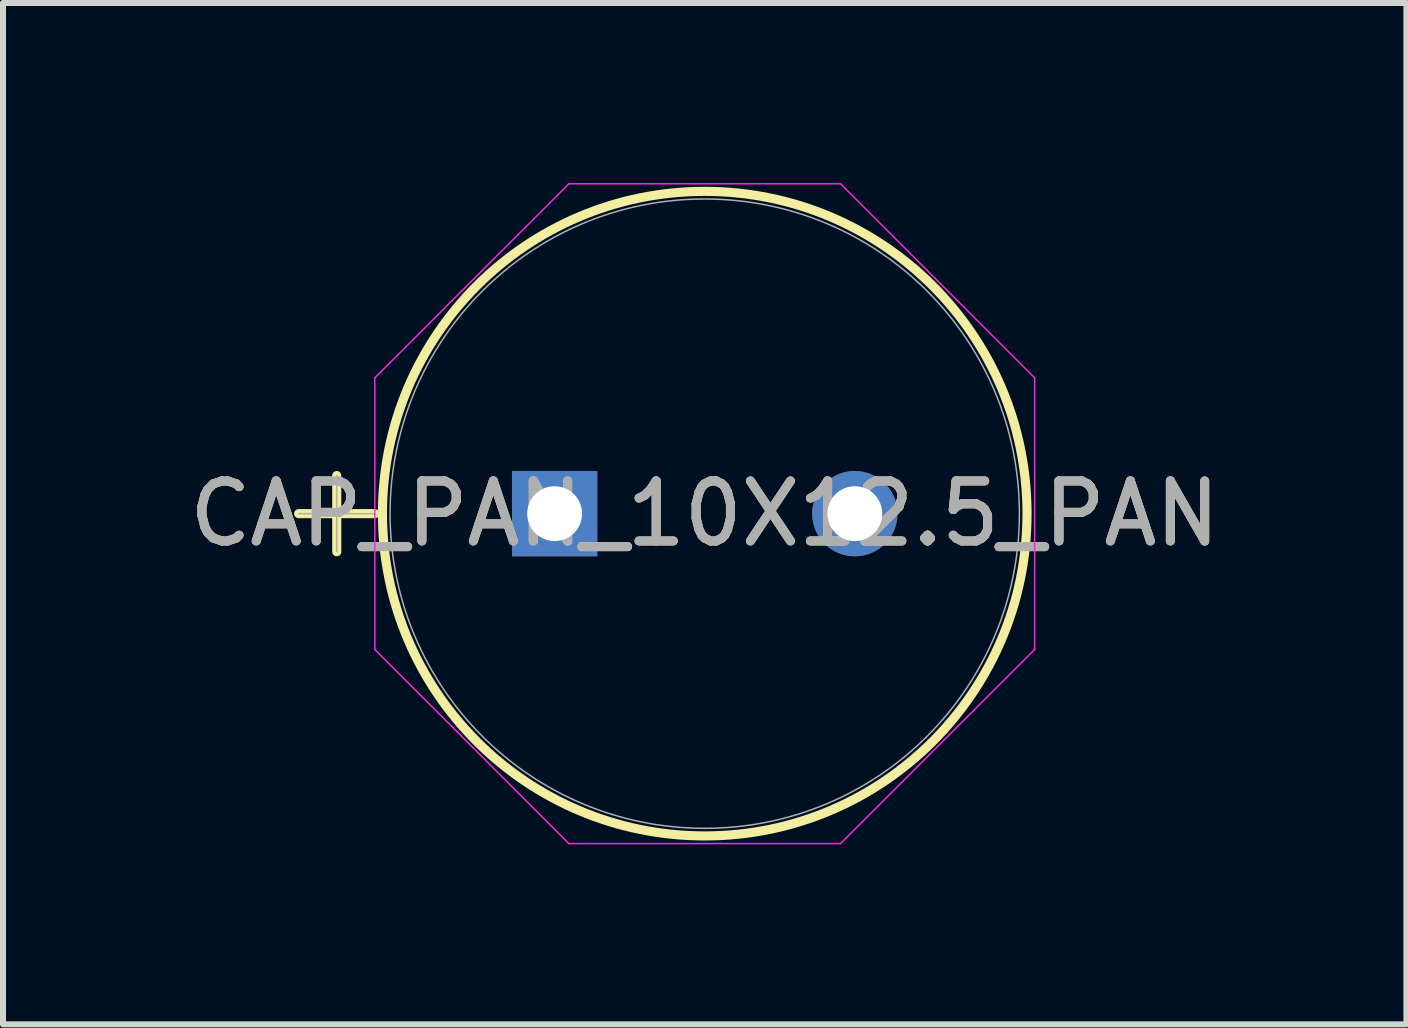
<source format=kicad_pcb>
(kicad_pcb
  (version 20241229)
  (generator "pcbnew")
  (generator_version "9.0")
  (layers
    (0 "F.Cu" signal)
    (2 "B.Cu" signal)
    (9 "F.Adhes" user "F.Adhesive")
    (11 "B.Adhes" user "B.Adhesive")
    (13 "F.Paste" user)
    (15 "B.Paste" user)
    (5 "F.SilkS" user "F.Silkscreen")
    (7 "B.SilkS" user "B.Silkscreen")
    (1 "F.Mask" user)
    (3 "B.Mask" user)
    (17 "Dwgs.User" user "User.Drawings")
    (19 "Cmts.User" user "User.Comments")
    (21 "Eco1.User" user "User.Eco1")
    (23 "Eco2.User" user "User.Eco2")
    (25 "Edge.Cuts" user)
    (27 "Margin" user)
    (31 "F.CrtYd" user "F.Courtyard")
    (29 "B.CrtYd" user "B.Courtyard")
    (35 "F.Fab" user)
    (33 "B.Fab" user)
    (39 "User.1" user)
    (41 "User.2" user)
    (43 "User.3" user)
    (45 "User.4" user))
  (footprint "CAP_PAN_10X12.5_PAN"
    (layer "F.Cu")
    (at 6.195 5.512)
    (property "Reference" "CAP_PAN_10X12.5_PAN" (at 2.502 0 0) (unlocked yes) (layer "F.SilkS") (effects (font (size 1 1) (thickness 0.15))))
    (attr through_hole)
    (fp_line (start -4.267 0) (end -2.997 0) (stroke (width 0.152) (type solid)) (layer "F.SilkS"))
    (fp_line (start -3.632 -0.635) (end -3.632 0.635) (stroke (width 0.152) (type solid)) (layer "F.SilkS"))
    (fp_circle (center 2.502 0) (end 7.874 0) (stroke (width 0.152) (type solid)) (fill no) (layer "F.SilkS"))
    (fp_line (start -2.997 -2.264) (end 0.238 -5.499) (stroke (width 0.025) (type solid)) (layer "F.CrtYd"))
    (fp_line (start -2.997 2.264) (end -2.997 -2.264) (stroke (width 0.025) (type solid)) (layer "F.CrtYd"))
    (fp_line (start 0.238 -5.499) (end 4.766 -5.499) (stroke (width 0.025) (type solid)) (layer "F.CrtYd"))
    (fp_line (start 0.238 5.499) (end -2.997 2.264) (stroke (width 0.025) (type solid)) (layer "F.CrtYd"))
    (fp_line (start 4.766 -5.499) (end 8.001 -2.264) (stroke (width 0.025) (type solid)) (layer "F.CrtYd"))
    (fp_line (start 4.766 5.499) (end 0.238 5.499) (stroke (width 0.025) (type solid)) (layer "F.CrtYd"))
    (fp_line (start 8.001 -2.264) (end 8.001 2.264) (stroke (width 0.025) (type solid)) (layer "F.CrtYd"))
    (fp_line (start 8.001 2.264) (end 4.766 5.499) (stroke (width 0.025) (type solid)) (layer "F.CrtYd"))
    (fp_line (start -4.267 0) (end -2.997 0) (stroke (width 0.025) (type solid)) (layer "F.Fab"))
    (fp_line (start -3.632 -0.635) (end -3.632 0.635) (stroke (width 0.025) (type solid)) (layer "F.Fab"))
    (fp_circle (center 2.502 0) (end 7.747 0) (stroke (width 0.025) (type solid)) (fill no) (layer "F.Fab"))
    (fp_text user "${REFERENCE}" (at 2.502 0 0) (unlocked yes) (layer "F.Fab") (effects (font (size 1 1) (thickness 0.15))))
    (pad "1" thru_hole rect (at 0 0) (size 1.422 1.422) (drill 0.914) (layers "*.Cu" "*.Mask"))
    (pad "2" thru_hole circle (at 5.004 0) (size 1.422 1.422) (drill 0.914) (layers "*.Cu" "*.Mask")))
  (gr_rect
    (start -3 -3)
    (end 20.393 14.024)
    (stroke (width 0.1) (type default))
    (fill no)
    (layer "Edge.Cuts")))
</source>
